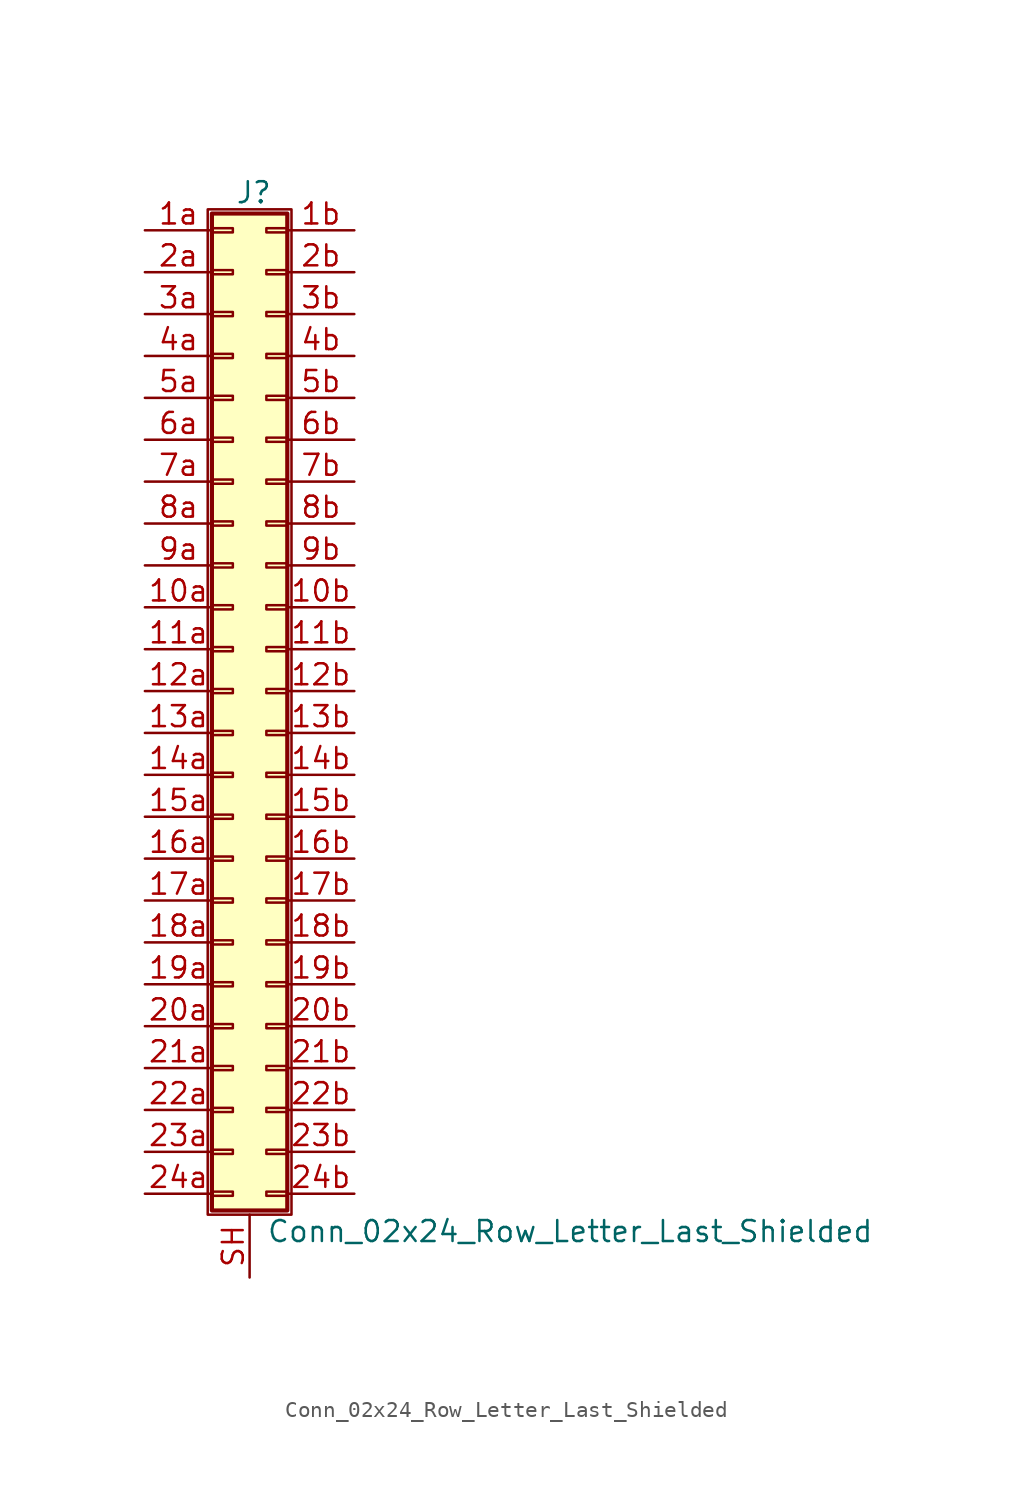
<source format=kicad_sym>
(kicad_symbol_lib
  (version 20220914)
  (generator kicad_symbol_editor)
  (symbol "Conn_02x24_Row_Letter_Last_Shielded"
    (pin_names
      (offset 1.016) hide)
    (property "Reference" "J"
      (at 1.524 30.226 0)
      (effects (font (size 1.27 1.27))))
    (property "Value" "Conn_02x24_Row_Letter_Last_Shielded"
      (at 2.286 -32.766 0)
      (effects (font (size 1.27 1.27)) (justify left)))
    (symbol "Conn_02x24_Row_Letter_Last_Shielded_1_1"
      (rectangle (start -1.27 29.21) (end 3.81 -31.75) (stroke (width 0.152) (type default)) (fill (type none)))
      (rectangle (start -1.016 -30.353) (end 0.254 -30.607) (stroke (width 0.152) (type default)) (fill (type none)))
      (rectangle (start -1.016 -27.813) (end 0.254 -28.067) (stroke (width 0.152) (type default)) (fill (type none)))
      (rectangle (start -1.016 -25.273) (end 0.254 -25.527) (stroke (width 0.152) (type default)) (fill (type none)))
      (rectangle (start -1.016 -22.733) (end 0.254 -22.987) (stroke (width 0.152) (type default)) (fill (type none)))
      (rectangle (start -1.016 -20.193) (end 0.254 -20.447) (stroke (width 0.152) (type default)) (fill (type none)))
      (rectangle (start -1.016 -17.653) (end 0.254 -17.907) (stroke (width 0.152) (type default)) (fill (type none)))
      (rectangle (start -1.016 -15.113) (end 0.254 -15.367) (stroke (width 0.152) (type default)) (fill (type none)))
      (rectangle (start -1.016 -12.573) (end 0.254 -12.827) (stroke (width 0.152) (type default)) (fill (type none)))
      (rectangle (start -1.016 -10.033) (end 0.254 -10.287) (stroke (width 0.152) (type default)) (fill (type none)))
      (rectangle (start -1.016 -7.493) (end 0.254 -7.747) (stroke (width 0.152) (type default)) (fill (type none)))
      (rectangle (start -1.016 -4.953) (end 0.254 -5.207) (stroke (width 0.152) (type default)) (fill (type none)))
      (rectangle (start -1.016 -2.413) (end 0.254 -2.667) (stroke (width 0.152) (type default)) (fill (type none)))
      (rectangle (start -1.016 0.127) (end 0.254 -0.127) (stroke (width 0.152) (type default)) (fill (type none)))
      (rectangle (start -1.016 2.667) (end 0.254 2.413) (stroke (width 0.152) (type default)) (fill (type none)))
      (rectangle (start -1.016 5.207) (end 0.254 4.953) (stroke (width 0.152) (type default)) (fill (type none)))
      (rectangle (start -1.016 7.747) (end 0.254 7.493) (stroke (width 0.152) (type default)) (fill (type none)))
      (rectangle (start -1.016 10.287) (end 0.254 10.033) (stroke (width 0.152) (type default)) (fill (type none)))
      (rectangle (start -1.016 12.827) (end 0.254 12.573) (stroke (width 0.152) (type default)) (fill (type none)))
      (rectangle (start -1.016 15.367) (end 0.254 15.113) (stroke (width 0.152) (type default)) (fill (type none)))
      (rectangle (start -1.016 17.907) (end 0.254 17.653) (stroke (width 0.152) (type default)) (fill (type none)))
      (rectangle (start -1.016 20.447) (end 0.254 20.193) (stroke (width 0.152) (type default)) (fill (type none)))
      (rectangle (start -1.016 22.987) (end 0.254 22.733) (stroke (width 0.152) (type default)) (fill (type none)))
      (rectangle (start -1.016 25.527) (end 0.254 25.273) (stroke (width 0.152) (type default)) (fill (type none)))
      (rectangle (start -1.016 28.067) (end 0.254 27.813) (stroke (width 0.152) (type default)) (fill (type none)))
      (rectangle (start -1.016 28.956) (end 3.556 -31.496) (stroke (width 0.254) (type default)) (fill (type background)))
      (rectangle (start 3.556 -30.353) (end 2.286 -30.607) (stroke (width 0.152) (type default)) (fill (type none)))
      (rectangle (start 3.556 -27.813) (end 2.286 -28.067) (stroke (width 0.152) (type default)) (fill (type none)))
      (rectangle (start 3.556 -25.273) (end 2.286 -25.527) (stroke (width 0.152) (type default)) (fill (type none)))
      (rectangle (start 3.556 -22.733) (end 2.286 -22.987) (stroke (width 0.152) (type default)) (fill (type none)))
      (rectangle (start 3.556 -20.193) (end 2.286 -20.447) (stroke (width 0.152) (type default)) (fill (type none)))
      (rectangle (start 3.556 -17.653) (end 2.286 -17.907) (stroke (width 0.152) (type default)) (fill (type none)))
      (rectangle (start 3.556 -15.113) (end 2.286 -15.367) (stroke (width 0.152) (type default)) (fill (type none)))
      (rectangle (start 3.556 -12.573) (end 2.286 -12.827) (stroke (width 0.152) (type default)) (fill (type none)))
      (rectangle (start 3.556 -10.033) (end 2.286 -10.287) (stroke (width 0.152) (type default)) (fill (type none)))
      (rectangle (start 3.556 -7.493) (end 2.286 -7.747) (stroke (width 0.152) (type default)) (fill (type none)))
      (rectangle (start 3.556 -4.953) (end 2.286 -5.207) (stroke (width 0.152) (type default)) (fill (type none)))
      (rectangle (start 3.556 -2.413) (end 2.286 -2.667) (stroke (width 0.152) (type default)) (fill (type none)))
      (rectangle (start 3.556 0.127) (end 2.286 -0.127) (stroke (width 0.152) (type default)) (fill (type none)))
      (rectangle (start 3.556 2.667) (end 2.286 2.413) (stroke (width 0.152) (type default)) (fill (type none)))
      (rectangle (start 3.556 5.207) (end 2.286 4.953) (stroke (width 0.152) (type default)) (fill (type none)))
      (rectangle (start 3.556 7.747) (end 2.286 7.493) (stroke (width 0.152) (type default)) (fill (type none)))
      (rectangle (start 3.556 10.287) (end 2.286 10.033) (stroke (width 0.152) (type default)) (fill (type none)))
      (rectangle (start 3.556 12.827) (end 2.286 12.573) (stroke (width 0.152) (type default)) (fill (type none)))
      (rectangle (start 3.556 15.367) (end 2.286 15.113) (stroke (width 0.152) (type default)) (fill (type none)))
      (rectangle (start 3.556 17.907) (end 2.286 17.653) (stroke (width 0.152) (type default)) (fill (type none)))
      (rectangle (start 3.556 20.447) (end 2.286 20.193) (stroke (width 0.152) (type default)) (fill (type none)))
      (rectangle (start 3.556 22.987) (end 2.286 22.733) (stroke (width 0.152) (type default)) (fill (type none)))
      (rectangle (start 3.556 25.527) (end 2.286 25.273) (stroke (width 0.152) (type default)) (fill (type none)))
      (rectangle (start 3.556 28.067) (end 2.286 27.813) (stroke (width 0.152) (type default)) (fill (type none)))
      (pin passive line (at -5.08 5.08 0) (length 4.064) (name "Pin_10a" (effects (font (size 1.27 1.27)))) (number "10a" (effects (font (size 1.27 1.27)))))
      (pin passive line (at 7.62 5.08 180) (length 4.064) (name "Pin_10b" (effects (font (size 1.27 1.27)))) (number "10b" (effects (font (size 1.27 1.27)))))
      (pin passive line (at -5.08 2.54 0) (length 4.064) (name "Pin_11a" (effects (font (size 1.27 1.27)))) (number "11a" (effects (font (size 1.27 1.27)))))
      (pin passive line (at 7.62 2.54 180) (length 4.064) (name "Pin_11b" (effects (font (size 1.27 1.27)))) (number "11b" (effects (font (size 1.27 1.27)))))
      (pin passive line (at -5.08 0 0) (length 4.064) (name "Pin_12a" (effects (font (size 1.27 1.27)))) (number "12a" (effects (font (size 1.27 1.27)))))
      (pin passive line (at 7.62 0 180) (length 4.064) (name "Pin_12b" (effects (font (size 1.27 1.27)))) (number "12b" (effects (font (size 1.27 1.27)))))
      (pin passive line (at -5.08 -2.54 0) (length 4.064) (name "Pin_13a" (effects (font (size 1.27 1.27)))) (number "13a" (effects (font (size 1.27 1.27)))))
      (pin passive line (at 7.62 -2.54 180) (length 4.064) (name "Pin_13b" (effects (font (size 1.27 1.27)))) (number "13b" (effects (font (size 1.27 1.27)))))
      (pin passive line (at -5.08 -5.08 0) (length 4.064) (name "Pin_14a" (effects (font (size 1.27 1.27)))) (number "14a" (effects (font (size 1.27 1.27)))))
      (pin passive line (at 7.62 -5.08 180) (length 4.064) (name "Pin_14b" (effects (font (size 1.27 1.27)))) (number "14b" (effects (font (size 1.27 1.27)))))
      (pin passive line (at -5.08 -7.62 0) (length 4.064) (name "Pin_15a" (effects (font (size 1.27 1.27)))) (number "15a" (effects (font (size 1.27 1.27)))))
      (pin passive line (at 7.62 -7.62 180) (length 4.064) (name "Pin_15b" (effects (font (size 1.27 1.27)))) (number "15b" (effects (font (size 1.27 1.27)))))
      (pin passive line (at -5.08 -10.16 0) (length 4.064) (name "Pin_16a" (effects (font (size 1.27 1.27)))) (number "16a" (effects (font (size 1.27 1.27)))))
      (pin passive line (at 7.62 -10.16 180) (length 4.064) (name "Pin_16b" (effects (font (size 1.27 1.27)))) (number "16b" (effects (font (size 1.27 1.27)))))
      (pin passive line (at -5.08 -12.7 0) (length 4.064) (name "Pin_17a" (effects (font (size 1.27 1.27)))) (number "17a" (effects (font (size 1.27 1.27)))))
      (pin passive line (at 7.62 -12.7 180) (length 4.064) (name "Pin_17b" (effects (font (size 1.27 1.27)))) (number "17b" (effects (font (size 1.27 1.27)))))
      (pin passive line (at -5.08 -15.24 0) (length 4.064) (name "Pin_18a" (effects (font (size 1.27 1.27)))) (number "18a" (effects (font (size 1.27 1.27)))))
      (pin passive line (at 7.62 -15.24 180) (length 4.064) (name "Pin_18b" (effects (font (size 1.27 1.27)))) (number "18b" (effects (font (size 1.27 1.27)))))
      (pin passive line (at -5.08 -17.78 0) (length 4.064) (name "Pin_19a" (effects (font (size 1.27 1.27)))) (number "19a" (effects (font (size 1.27 1.27)))))
      (pin passive line (at 7.62 -17.78 180) (length 4.064) (name "Pin_19b" (effects (font (size 1.27 1.27)))) (number "19b" (effects (font (size 1.27 1.27)))))
      (pin passive line (at -5.08 27.94 0) (length 4.064) (name "Pin_1a" (effects (font (size 1.27 1.27)))) (number "1a" (effects (font (size 1.27 1.27)))))
      (pin passive line (at 7.62 27.94 180) (length 4.064) (name "Pin_1b" (effects (font (size 1.27 1.27)))) (number "1b" (effects (font (size 1.27 1.27)))))
      (pin passive line (at -5.08 -20.32 0) (length 4.064) (name "Pin_20a" (effects (font (size 1.27 1.27)))) (number "20a" (effects (font (size 1.27 1.27)))))
      (pin passive line (at 7.62 -20.32 180) (length 4.064) (name "Pin_20b" (effects (font (size 1.27 1.27)))) (number "20b" (effects (font (size 1.27 1.27)))))
      (pin passive line (at -5.08 -22.86 0) (length 4.064) (name "Pin_21a" (effects (font (size 1.27 1.27)))) (number "21a" (effects (font (size 1.27 1.27)))))
      (pin passive line (at 7.62 -22.86 180) (length 4.064) (name "Pin_21b" (effects (font (size 1.27 1.27)))) (number "21b" (effects (font (size 1.27 1.27)))))
      (pin passive line (at -5.08 -25.4 0) (length 4.064) (name "Pin_22a" (effects (font (size 1.27 1.27)))) (number "22a" (effects (font (size 1.27 1.27)))))
      (pin passive line (at 7.62 -25.4 180) (length 4.064) (name "Pin_22b" (effects (font (size 1.27 1.27)))) (number "22b" (effects (font (size 1.27 1.27)))))
      (pin passive line (at -5.08 -27.94 0) (length 4.064) (name "Pin_23a" (effects (font (size 1.27 1.27)))) (number "23a" (effects (font (size 1.27 1.27)))))
      (pin passive line (at 7.62 -27.94 180) (length 4.064) (name "Pin_23b" (effects (font (size 1.27 1.27)))) (number "23b" (effects (font (size 1.27 1.27)))))
      (pin passive line (at -5.08 -30.48 0) (length 4.064) (name "Pin_24a" (effects (font (size 1.27 1.27)))) (number "24a" (effects (font (size 1.27 1.27)))))
      (pin passive line (at 7.62 -30.48 180) (length 4.064) (name "Pin_24b" (effects (font (size 1.27 1.27)))) (number "24b" (effects (font (size 1.27 1.27)))))
      (pin passive line (at -5.08 25.4 0) (length 4.064) (name "Pin_2a" (effects (font (size 1.27 1.27)))) (number "2a" (effects (font (size 1.27 1.27)))))
      (pin passive line (at 7.62 25.4 180) (length 4.064) (name "Pin_2b" (effects (font (size 1.27 1.27)))) (number "2b" (effects (font (size 1.27 1.27)))))
      (pin passive line (at -5.08 22.86 0) (length 4.064) (name "Pin_3a" (effects (font (size 1.27 1.27)))) (number "3a" (effects (font (size 1.27 1.27)))))
      (pin passive line (at 7.62 22.86 180) (length 4.064) (name "Pin_3b" (effects (font (size 1.27 1.27)))) (number "3b" (effects (font (size 1.27 1.27)))))
      (pin passive line (at -5.08 20.32 0) (length 4.064) (name "Pin_4a" (effects (font (size 1.27 1.27)))) (number "4a" (effects (font (size 1.27 1.27)))))
      (pin passive line (at 7.62 20.32 180) (length 4.064) (name "Pin_4b" (effects (font (size 1.27 1.27)))) (number "4b" (effects (font (size 1.27 1.27)))))
      (pin passive line (at -5.08 17.78 0) (length 4.064) (name "Pin_5a" (effects (font (size 1.27 1.27)))) (number "5a" (effects (font (size 1.27 1.27)))))
      (pin passive line (at 7.62 17.78 180) (length 4.064) (name "Pin_5b" (effects (font (size 1.27 1.27)))) (number "5b" (effects (font (size 1.27 1.27)))))
      (pin passive line (at -5.08 15.24 0) (length 4.064) (name "Pin_6a" (effects (font (size 1.27 1.27)))) (number "6a" (effects (font (size 1.27 1.27)))))
      (pin passive line (at 7.62 15.24 180) (length 4.064) (name "Pin_6b" (effects (font (size 1.27 1.27)))) (number "6b" (effects (font (size 1.27 1.27)))))
      (pin passive line (at -5.08 12.7 0) (length 4.064) (name "Pin_7a" (effects (font (size 1.27 1.27)))) (number "7a" (effects (font (size 1.27 1.27)))))
      (pin passive line (at 7.62 12.7 180) (length 4.064) (name "Pin_7b" (effects (font (size 1.27 1.27)))) (number "7b" (effects (font (size 1.27 1.27)))))
      (pin passive line (at -5.08 10.16 0) (length 4.064) (name "Pin_8a" (effects (font (size 1.27 1.27)))) (number "8a" (effects (font (size 1.27 1.27)))))
      (pin passive line (at 7.62 10.16 180) (length 4.064) (name "Pin_8b" (effects (font (size 1.27 1.27)))) (number "8b" (effects (font (size 1.27 1.27)))))
      (pin passive line (at -5.08 7.62 0) (length 4.064) (name "Pin_9a" (effects (font (size 1.27 1.27)))) (number "9a" (effects (font (size 1.27 1.27)))))
      (pin passive line (at 7.62 7.62 180) (length 4.064) (name "Pin_9b" (effects (font (size 1.27 1.27)))) (number "9b" (effects (font (size 1.27 1.27)))))
      (pin passive line (at 1.27 -35.56 90) (length 3.81) (name "Shield" (effects (font (size 1.27 1.27)))) (number "SH" (effects (font (size 1.27 1.27))))))))
</source>
